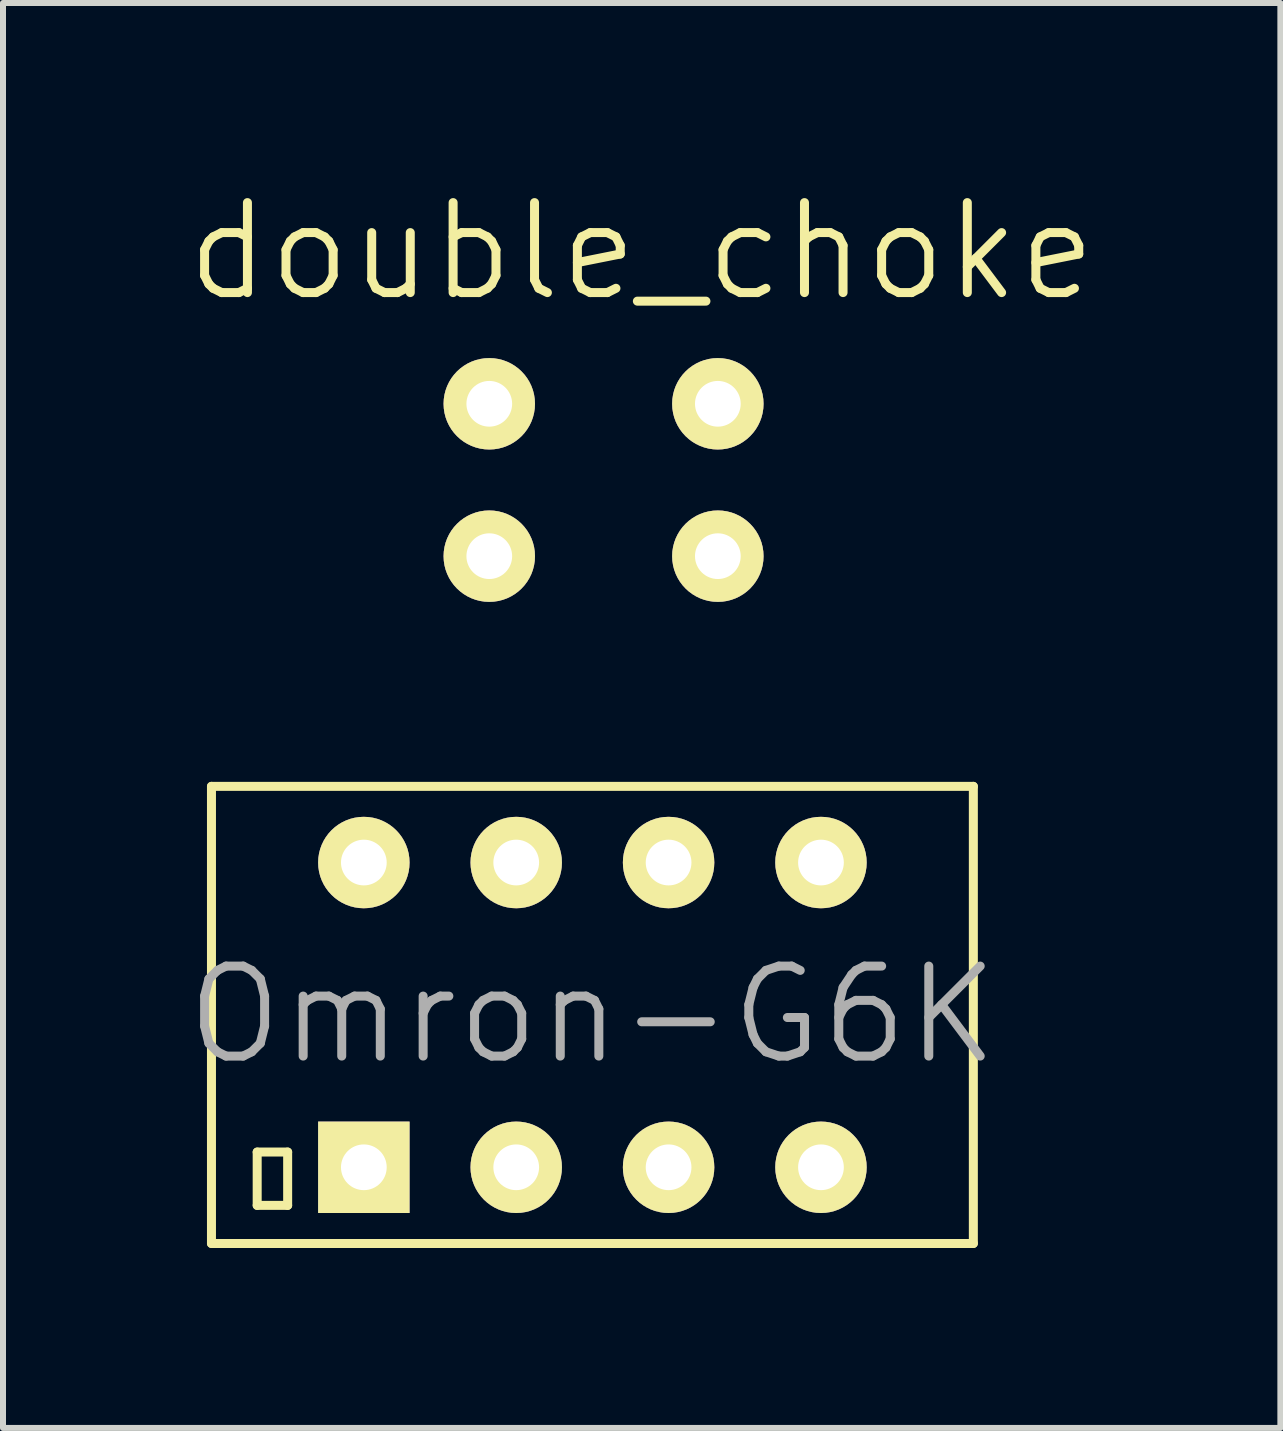
<source format=kicad_pcb>
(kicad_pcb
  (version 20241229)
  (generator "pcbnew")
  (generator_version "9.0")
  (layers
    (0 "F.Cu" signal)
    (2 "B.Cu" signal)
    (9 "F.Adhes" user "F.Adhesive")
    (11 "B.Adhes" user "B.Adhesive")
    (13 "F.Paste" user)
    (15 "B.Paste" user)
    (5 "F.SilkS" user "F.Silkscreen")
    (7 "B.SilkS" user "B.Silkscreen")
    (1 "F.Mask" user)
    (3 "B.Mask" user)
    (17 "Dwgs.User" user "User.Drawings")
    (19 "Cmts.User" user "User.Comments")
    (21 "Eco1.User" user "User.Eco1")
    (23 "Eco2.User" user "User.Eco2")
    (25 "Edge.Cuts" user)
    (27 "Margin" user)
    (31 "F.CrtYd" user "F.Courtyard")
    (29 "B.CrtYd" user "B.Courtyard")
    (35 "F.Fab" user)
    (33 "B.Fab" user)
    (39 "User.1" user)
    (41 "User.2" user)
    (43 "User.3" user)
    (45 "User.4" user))
  (footprint "double_choke"
    (layer "F.Cu")
    (at 7.646 4.951)
    (property "Reference" "double_choke" (at 0 -3.81 0) (layer "F.SilkS") (effects (font (size 1.5 1.5) (thickness 0.15))))
    (attr through_hole)
    (pad "1" thru_hole circle (at -2.54 -1.27) (size 1.524 1.524) (drill 0.762) (layers "*.Cu" "*.Mask" "F.SilkS"))
    (pad "2" thru_hole circle (at -2.54 1.27) (size 1.524 1.524) (drill 0.762) (layers "*.Cu" "*.Mask" "F.SilkS"))
    (pad "3" thru_hole circle (at 1.27 -1.27) (size 1.524 1.524) (drill 0.762) (layers "*.Cu" "*.Mask" "F.SilkS"))
    (pad "4" thru_hole circle (at 1.27 1.27) (size 1.524 1.524) (drill 0.762) (layers "*.Cu" "*.Mask" "F.SilkS")))
  (footprint "Omron-G6K"
    (layer "F.Cu")
    (at 6.825 13.868)
    (property "Reference" "Omron-G6K" (at 0 0 0) (layer "F.Fab") (effects (font (size 1.5 1.5) (thickness 0.15))))
    (attr through_hole)
    (fp_line (start -6.35 -3.81) (end 6.35 -3.81) (stroke (width 0.15) (type solid)) (layer "F.SilkS"))
    (fp_line (start -6.35 3.81) (end -6.35 -3.81) (stroke (width 0.15) (type solid)) (layer "F.SilkS"))
    (fp_line (start -5.588 2.286) (end -5.08 2.286) (stroke (width 0.15) (type solid)) (layer "F.SilkS"))
    (fp_line (start -5.588 3.175) (end -5.588 2.286) (stroke (width 0.15) (type solid)) (layer "F.SilkS"))
    (fp_line (start -5.08 2.286) (end -5.08 3.175) (stroke (width 0.15) (type solid)) (layer "F.SilkS"))
    (fp_line (start -5.08 3.175) (end -5.588 3.175) (stroke (width 0.15) (type solid)) (layer "F.SilkS"))
    (fp_line (start 6.35 -3.81) (end 6.35 3.81) (stroke (width 0.15) (type solid)) (layer "F.SilkS"))
    (fp_line (start 6.35 3.81) (end -6.35 3.81) (stroke (width 0.15) (type solid)) (layer "F.SilkS"))
    (pad "1" thru_hole rect (at -3.81 2.54) (size 1.524 1.524) (drill 0.762) (layers "*.Cu" "*.Mask" "F.SilkS"))
    (pad "2" thru_hole circle (at -1.27 2.54) (size 1.524 1.524) (drill 0.762) (layers "*.Cu" "*.Mask" "F.SilkS"))
    (pad "3" thru_hole circle (at 1.27 2.54) (size 1.524 1.524) (drill 0.762) (layers "*.Cu" "*.Mask" "F.SilkS"))
    (pad "4" thru_hole circle (at 3.81 2.54) (size 1.524 1.524) (drill 0.762) (layers "*.Cu" "*.Mask" "F.SilkS"))
    (pad "5" thru_hole circle (at 3.81 -2.54) (size 1.524 1.524) (drill 0.762) (layers "*.Cu" "*.Mask" "F.SilkS"))
    (pad "6" thru_hole circle (at 1.27 -2.54) (size 1.524 1.524) (drill 0.762) (layers "*.Cu" "*.Mask" "F.SilkS"))
    (pad "7" thru_hole circle (at -1.27 -2.54) (size 1.524 1.524) (drill 0.762) (layers "*.Cu" "*.Mask" "F.SilkS"))
    (pad "8" thru_hole circle (at -3.81 -2.54) (size 1.524 1.524) (drill 0.762) (layers "*.Cu" "*.Mask" "F.SilkS")))
  (gr_rect
    (start -3 -3)
    (end 18.293 20.753)
    (stroke (width 0.1) (type default))
    (fill no)
    (layer "Edge.Cuts")))
</source>
